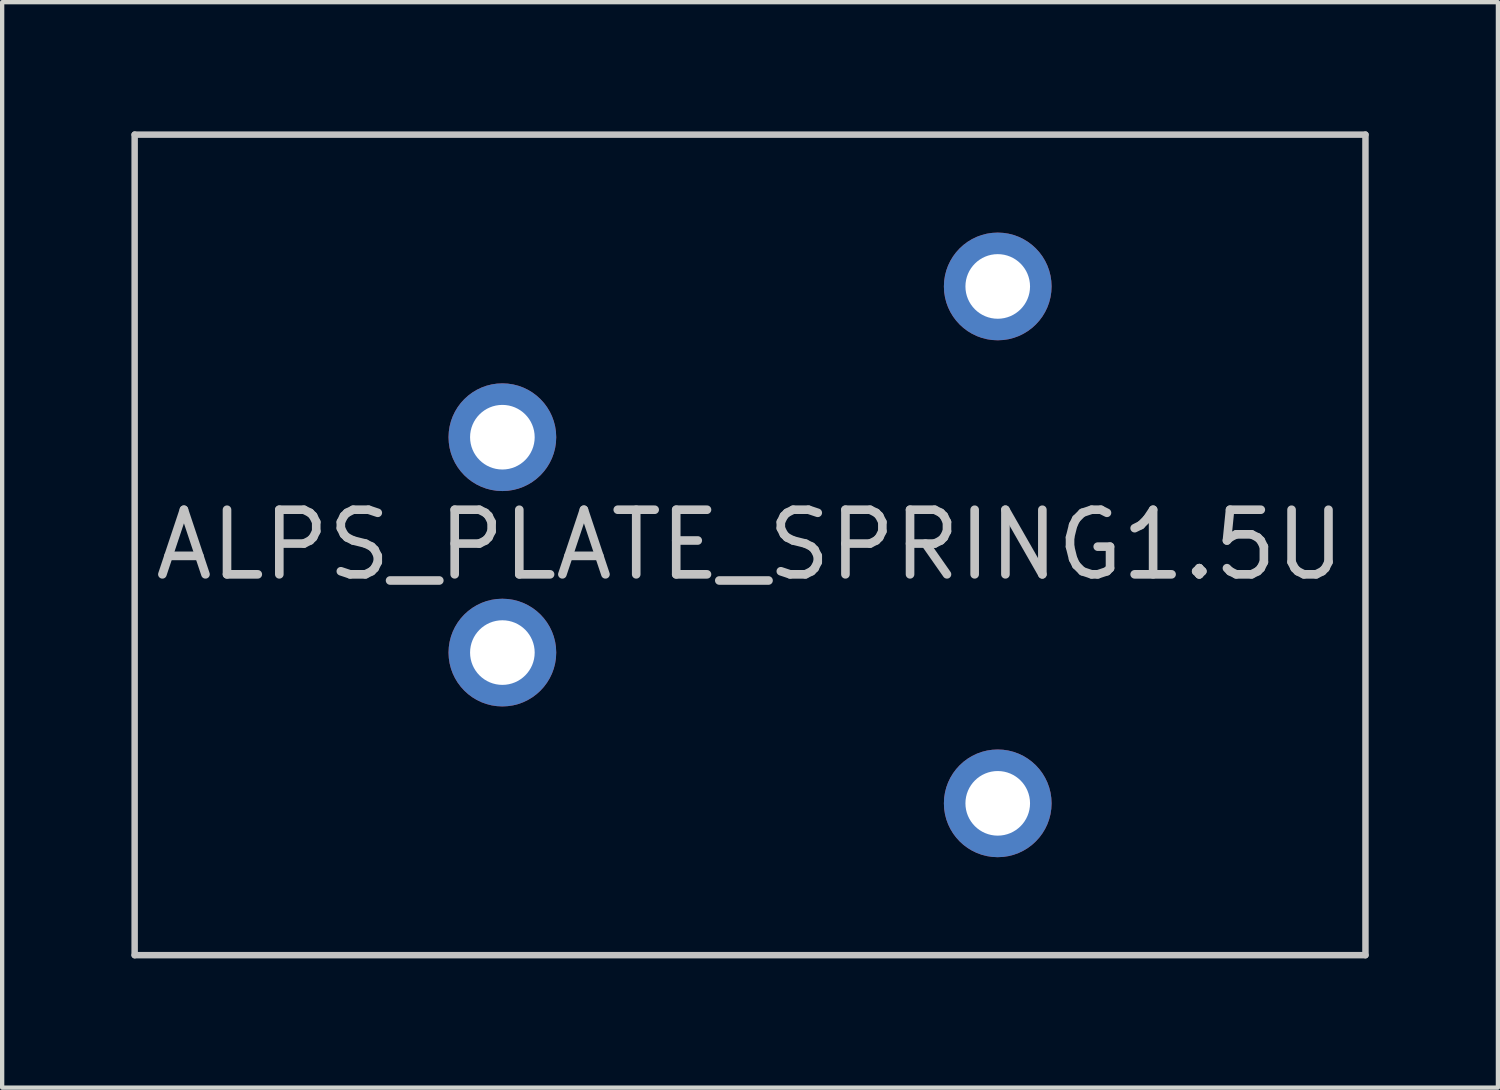
<source format=kicad_pcb>
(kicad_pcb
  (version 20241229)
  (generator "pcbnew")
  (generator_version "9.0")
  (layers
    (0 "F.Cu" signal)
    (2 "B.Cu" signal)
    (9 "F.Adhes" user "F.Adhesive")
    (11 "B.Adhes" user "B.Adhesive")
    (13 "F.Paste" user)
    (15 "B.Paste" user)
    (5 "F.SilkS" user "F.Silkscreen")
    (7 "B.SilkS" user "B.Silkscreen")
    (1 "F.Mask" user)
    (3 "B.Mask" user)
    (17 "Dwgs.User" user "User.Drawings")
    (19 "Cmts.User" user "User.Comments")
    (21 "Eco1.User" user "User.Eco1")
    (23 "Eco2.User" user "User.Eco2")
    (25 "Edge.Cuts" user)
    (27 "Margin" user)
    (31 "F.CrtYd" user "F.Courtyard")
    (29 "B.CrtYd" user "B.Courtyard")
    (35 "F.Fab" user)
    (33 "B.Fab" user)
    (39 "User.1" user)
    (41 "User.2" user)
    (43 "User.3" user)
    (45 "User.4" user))
  (footprint "ALPS_PLATE_SPRING1.5U"
    (layer "F.Cu")
    (at 14.363 9.6)
    (property "Reference" "ALPS_PLATE_SPRING1.5U" (at 0 0 0) (layer "Dwgs.User") (effects (font (size 1.5 1.5) (thickness 0.2))))
    (attr through_hole)
    (fp_line (start -14.287 -9.525) (end -14.287 9.525) (stroke (width 0.15) (type solid)) (layer "Dwgs.User"))
    (fp_line (start -14.287 -9.525) (end 14.287 -9.525) (stroke (width 0.15) (type solid)) (layer "Dwgs.User"))
    (fp_line (start -14.287 9.525) (end 14.287 9.525) (stroke (width 0.15) (type solid)) (layer "Dwgs.User"))
    (fp_line (start 14.287 9.525) (end 14.287 -9.525) (stroke (width 0.15) (type solid)) (layer "Dwgs.User"))
    (pad "1" thru_hole circle (at -5.75 2.5 90) (size 2.5 2.5) (drill 1.5) (layers "*.Cu" "*.Mask"))
    (pad "2" thru_hole circle (at -5.75 -2.5 90) (size 2.5 2.5) (drill 1.5) (layers "*.Cu" "*.Mask"))
    (pad "3" thru_hole circle (at 5.75 -6 90) (size 2.5 2.5) (drill 1.5) (layers "*.Cu" "*.Mask"))
    (pad "3" thru_hole circle (at 5.75 6 90) (size 2.5 2.5) (drill 1.5) (layers "*.Cu" "*.Mask")))
  (gr_rect
    (start -3 -3)
    (end 31.725 22.2)
    (stroke (width 0.1) (type default))
    (fill no)
    (layer "Edge.Cuts")))
</source>
